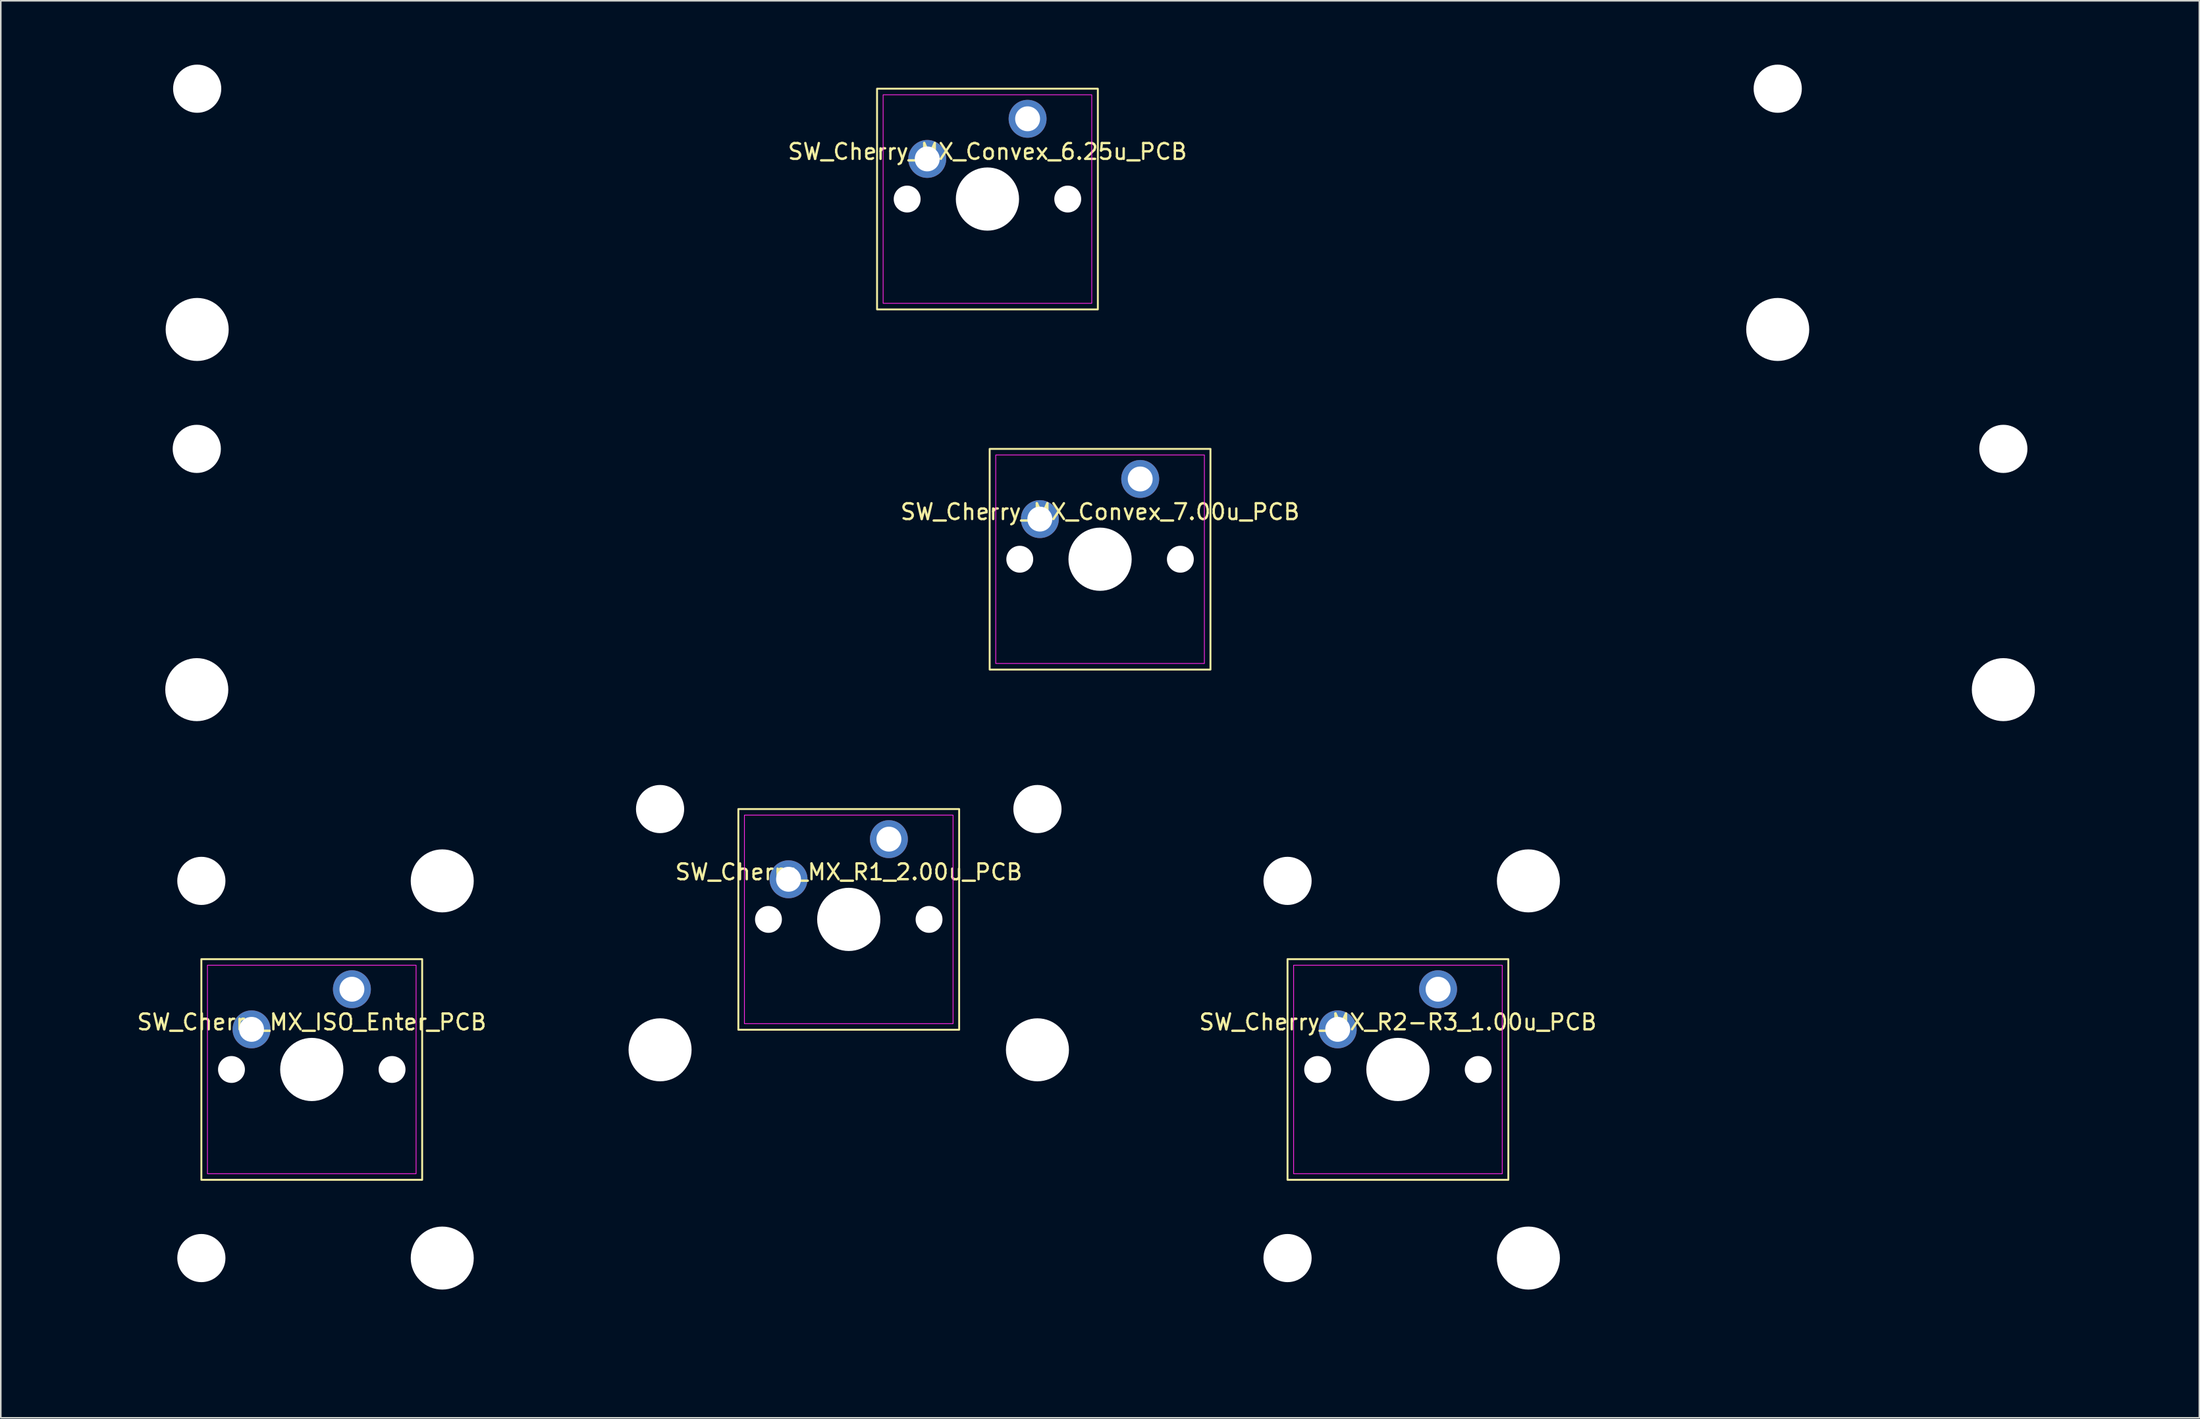
<source format=kicad_pcb>
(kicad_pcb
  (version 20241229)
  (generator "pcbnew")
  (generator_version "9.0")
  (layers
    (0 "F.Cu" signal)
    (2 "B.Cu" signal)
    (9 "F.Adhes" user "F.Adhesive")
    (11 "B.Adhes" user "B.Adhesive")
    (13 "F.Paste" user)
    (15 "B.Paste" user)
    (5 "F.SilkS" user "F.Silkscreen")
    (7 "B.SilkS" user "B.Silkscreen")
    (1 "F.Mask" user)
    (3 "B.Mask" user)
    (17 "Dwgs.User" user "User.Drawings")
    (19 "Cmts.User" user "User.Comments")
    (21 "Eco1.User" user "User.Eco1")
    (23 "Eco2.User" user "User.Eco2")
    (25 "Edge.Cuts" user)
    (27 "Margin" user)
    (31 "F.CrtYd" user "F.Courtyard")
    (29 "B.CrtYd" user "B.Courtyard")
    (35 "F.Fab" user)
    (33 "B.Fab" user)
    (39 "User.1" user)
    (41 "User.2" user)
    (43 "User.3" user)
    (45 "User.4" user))
  (footprint "SW_Cherry_MX_Convex_7.00u_PCB"
    (layer "F.Cu")
    (at 66.55 32.349)
    (property "Reference" "SW_Cherry_MX_Convex_7.00u_PCB" (at 0 -3 0) (layer "F.SilkS") (effects (font (size 1 1) (thickness 0.15))))
    (attr through_hole)
    (fp_rect (start -6.985 -6.985) (end 6.985 6.985) (stroke (width 0.12) (type default)) (fill no) (layer "F.SilkS"))
    (fp_rect (start -6.6 -6.6) (end 6.6 6.6) (stroke (width 0.05) (type default)) (fill no) (layer "F.CrtYd"))
    (fp_rect (start -66.5 -9.5) (end 66.5 9.5) (stroke (width 0.1) (type solid)) (fill no) (layer "User.1"))
    (pad "" np_thru_hole circle (at -57.15 -6.985) (size 3.048 3.048) (drill 3.048) (layers "*.Cu" "*.Mask"))
    (pad "" np_thru_hole circle (at -57.15 8.255) (size 3.988 3.988) (drill 3.988) (layers "*.Cu" "*.Mask"))
    (pad "" np_thru_hole circle (at -5.08 0) (size 1.7 1.7) (drill 1.7) (layers "*.Cu" "*.Mask"))
    (pad "" np_thru_hole circle (at 0 0) (size 4 4) (drill 4) (layers "*.Cu" "*.Mask"))
    (pad "" np_thru_hole circle (at 5.08 0) (size 1.7 1.7) (drill 1.7) (layers "*.Cu" "*.Mask"))
    (pad "" np_thru_hole circle (at 57.15 -6.985) (size 3.048 3.048) (drill 3.048) (layers "*.Cu" "*.Mask"))
    (pad "" np_thru_hole circle (at 57.15 8.255) (size 3.988 3.988) (drill 3.988) (layers "*.Cu" "*.Mask"))
    (pad "1" thru_hole circle (at 2.54 -5.08) (size 2.4 2.4) (drill 1.575) (layers "*.Cu" "*.Mask"))
    (pad "2" thru_hole circle (at -3.81 -2.54) (size 2.4 2.4) (drill 1.575) (layers "*.Cu" "*.Mask")))
  (footprint "SW_Cherry_MX_R2-R3_1.00u_PCB"
    (layer "F.Cu")
    (at 85.396 64.648)
    (property "Reference" "SW_Cherry_MX_R2-R3_1.00u_PCB" (at 0 -3 0) (layer "F.SilkS") (effects (font (size 1 1) (thickness 0.15))))
    (attr through_hole)
    (fp_rect (start -6.985 -6.985) (end 6.985 6.985) (stroke (width 0.12) (type default)) (fill no) (layer "F.SilkS"))
    (fp_rect (start -6.6 -6.6) (end 6.6 6.6) (stroke (width 0.05) (type default)) (fill no) (layer "F.CrtYd"))
    (fp_rect (start -9.5 -19) (end 9.5 19) (stroke (width 0.1) (type solid)) (fill no) (layer "User.1"))
    (pad "" np_thru_hole circle (at -6.985 -11.938 90) (size 3.048 3.048) (drill 3.048) (layers "*.Cu" "*.Mask"))
    (pad "" np_thru_hole circle (at -6.985 11.938 90) (size 3.048 3.048) (drill 3.048) (layers "*.Cu" "*.Mask"))
    (pad "" np_thru_hole circle (at -5.08 0) (size 1.7 1.7) (drill 1.7) (layers "*.Cu" "*.Mask"))
    (pad "" np_thru_hole circle (at 0 0) (size 4 4) (drill 4) (layers "*.Cu" "*.Mask"))
    (pad "" np_thru_hole circle (at 5.08 0) (size 1.7 1.7) (drill 1.7) (layers "*.Cu" "*.Mask"))
    (pad "" np_thru_hole circle (at 8.255 -11.938 90) (size 3.988 3.988) (drill 3.988) (layers "*.Cu" "*.Mask"))
    (pad "" np_thru_hole circle (at 8.255 11.938 90) (size 3.988 3.988) (drill 3.988) (layers "*.Cu" "*.Mask"))
    (pad "1" thru_hole circle (at 2.54 -5.08) (size 2.4 2.4) (drill 1.575) (layers "*.Cu" "*.Mask"))
    (pad "2" thru_hole circle (at -3.81 -2.54) (size 2.4 2.4) (drill 1.575) (layers "*.Cu" "*.Mask")))
  (footprint "SW_Cherry_MX_Convex_6.25u_PCB"
    (layer "F.Cu")
    (at 59.425 9.55)
    (property "Reference" "SW_Cherry_MX_Convex_6.25u_PCB" (at 0 -3 0) (layer "F.SilkS") (effects (font (size 1 1) (thickness 0.15))))
    (attr through_hole)
    (fp_rect (start -6.985 -6.985) (end 6.985 6.985) (stroke (width 0.12) (type default)) (fill no) (layer "F.SilkS"))
    (fp_rect (start -6.6 -6.6) (end 6.6 6.6) (stroke (width 0.05) (type default)) (fill no) (layer "F.CrtYd"))
    (fp_rect (start -59.375 -9.5) (end 59.375 9.5) (stroke (width 0.1) (type solid)) (fill no) (layer "User.1"))
    (pad "" np_thru_hole circle (at -50 -6.985) (size 3.048 3.048) (drill 3.048) (layers "*.Cu" "*.Mask"))
    (pad "" np_thru_hole circle (at -50 8.255) (size 3.988 3.988) (drill 3.988) (layers "*.Cu" "*.Mask"))
    (pad "" np_thru_hole circle (at -5.08 0) (size 1.7 1.7) (drill 1.7) (layers "*.Cu" "*.Mask"))
    (pad "" np_thru_hole circle (at 0 0) (size 4 4) (drill 4) (layers "*.Cu" "*.Mask"))
    (pad "" np_thru_hole circle (at 5.08 0) (size 1.7 1.7) (drill 1.7) (layers "*.Cu" "*.Mask"))
    (pad "" np_thru_hole circle (at 50 -6.985) (size 3.048 3.048) (drill 3.048) (layers "*.Cu" "*.Mask"))
    (pad "" np_thru_hole circle (at 50 8.255) (size 3.988 3.988) (drill 3.988) (layers "*.Cu" "*.Mask"))
    (pad "1" thru_hole circle (at 2.54 -5.08) (size 2.4 2.4) (drill 1.575) (layers "*.Cu" "*.Mask"))
    (pad "2" thru_hole circle (at -3.81 -2.54) (size 2.4 2.4) (drill 1.575) (layers "*.Cu" "*.Mask")))
  (footprint "SW_Cherry_MX_R1_2.00u_PCB"
    (layer "F.Cu")
    (at 50.65 55.148)
    (property "Reference" "SW_Cherry_MX_R1_2.00u_PCB" (at 0 -3 0) (layer "F.SilkS") (effects (font (size 1 1) (thickness 0.15))))
    (attr through_hole)
    (fp_rect (start -6.985 -6.985) (end 6.985 6.985) (stroke (width 0.12) (type default)) (fill no) (layer "F.SilkS"))
    (fp_rect (start -6.6 -6.6) (end 6.6 6.6) (stroke (width 0.05) (type default)) (fill no) (layer "F.CrtYd"))
    (fp_rect (start -19 -9.5) (end 19 9.5) (stroke (width 0.1) (type solid)) (fill no) (layer "User.1"))
    (pad "" np_thru_hole circle (at -11.938 -6.985) (size 3.048 3.048) (drill 3.048) (layers "*.Cu" "*.Mask"))
    (pad "" np_thru_hole circle (at -11.938 8.255) (size 3.988 3.988) (drill 3.988) (layers "*.Cu" "*.Mask"))
    (pad "" np_thru_hole circle (at -5.08 0) (size 1.7 1.7) (drill 1.7) (layers "*.Cu" "*.Mask"))
    (pad "" np_thru_hole circle (at 0 0) (size 4 4) (drill 4) (layers "*.Cu" "*.Mask"))
    (pad "" np_thru_hole circle (at 5.08 0) (size 1.7 1.7) (drill 1.7) (layers "*.Cu" "*.Mask"))
    (pad "" np_thru_hole circle (at 11.938 -6.985) (size 3.048 3.048) (drill 3.048) (layers "*.Cu" "*.Mask"))
    (pad "" np_thru_hole circle (at 11.938 8.255) (size 3.988 3.988) (drill 3.988) (layers "*.Cu" "*.Mask"))
    (pad "1" thru_hole circle (at 2.54 -5.08) (size 2.4 2.4) (drill 1.575) (layers "*.Cu" "*.Mask"))
    (pad "2" thru_hole circle (at -3.81 -2.54) (size 2.4 2.4) (drill 1.575) (layers "*.Cu" "*.Mask")))
  (footprint "SW_Cherry_MX_ISO_Enter_PCB"
    (layer "F.Cu")
    (at 16.675 64.648)
    (property "Reference" "SW_Cherry_MX_ISO_Enter_PCB" (at 0 -3 0) (layer "F.SilkS") (effects (font (size 1 1) (thickness 0.15))))
    (attr through_hole)
    (fp_rect (start -6.985 -6.985) (end 6.985 6.985) (stroke (width 0.12) (type default)) (fill no) (layer "F.SilkS"))
    (fp_rect (start -6.6 -6.6) (end 6.6 6.6) (stroke (width 0.05) (type default)) (fill no) (layer "F.CrtYd"))
    (fp_line (start -16.625 -19) (end -16.625 0) (stroke (width 0.1) (type solid)) (layer "User.1"))
    (fp_line (start -16.625 0) (end -11.875 0) (stroke (width 0.1) (type default)) (layer "User.1"))
    (fp_line (start -11.875 0) (end -11.875 19) (stroke (width 0.1) (type default)) (layer "User.1"))
    (fp_line (start -11.875 19) (end 11.875 19) (stroke (width 0.1) (type solid)) (layer "User.1"))
    (fp_line (start 11.875 -19) (end -16.625 -19) (stroke (width 0.1) (type default)) (layer "User.1"))
    (fp_line (start 11.875 19) (end 11.875 -19) (stroke (width 0.1) (type default)) (layer "User.1"))
    (pad "" np_thru_hole circle (at -6.985 -11.938 90) (size 3.048 3.048) (drill 3.048) (layers "*.Cu" "*.Mask"))
    (pad "" np_thru_hole circle (at -6.985 11.938 90) (size 3.048 3.048) (drill 3.048) (layers "*.Cu" "*.Mask"))
    (pad "" np_thru_hole circle (at -5.08 0) (size 1.7 1.7) (drill 1.7) (layers "*.Cu" "*.Mask"))
    (pad "" np_thru_hole circle (at 0 0) (size 4 4) (drill 4) (layers "*.Cu" "*.Mask"))
    (pad "" np_thru_hole circle (at 5.08 0) (size 1.7 1.7) (drill 1.7) (layers "*.Cu" "*.Mask"))
    (pad "" np_thru_hole circle (at 8.255 -11.938 90) (size 3.988 3.988) (drill 3.988) (layers "*.Cu" "*.Mask"))
    (pad "" np_thru_hole circle (at 8.255 11.938 90) (size 3.988 3.988) (drill 3.988) (layers "*.Cu" "*.Mask"))
    (pad "1" thru_hole circle (at 2.54 -5.08) (size 2.4 2.4) (drill 1.575) (layers "*.Cu" "*.Mask"))
    (pad "2" thru_hole circle (at -3.81 -2.54) (size 2.4 2.4) (drill 1.575) (layers "*.Cu" "*.Mask")))
  (gr_rect
    (start -3 -3)
    (end 136.1 86.698)
    (stroke (width 0.1) (type default))
    (fill no)
    (layer "Edge.Cuts")))
</source>
